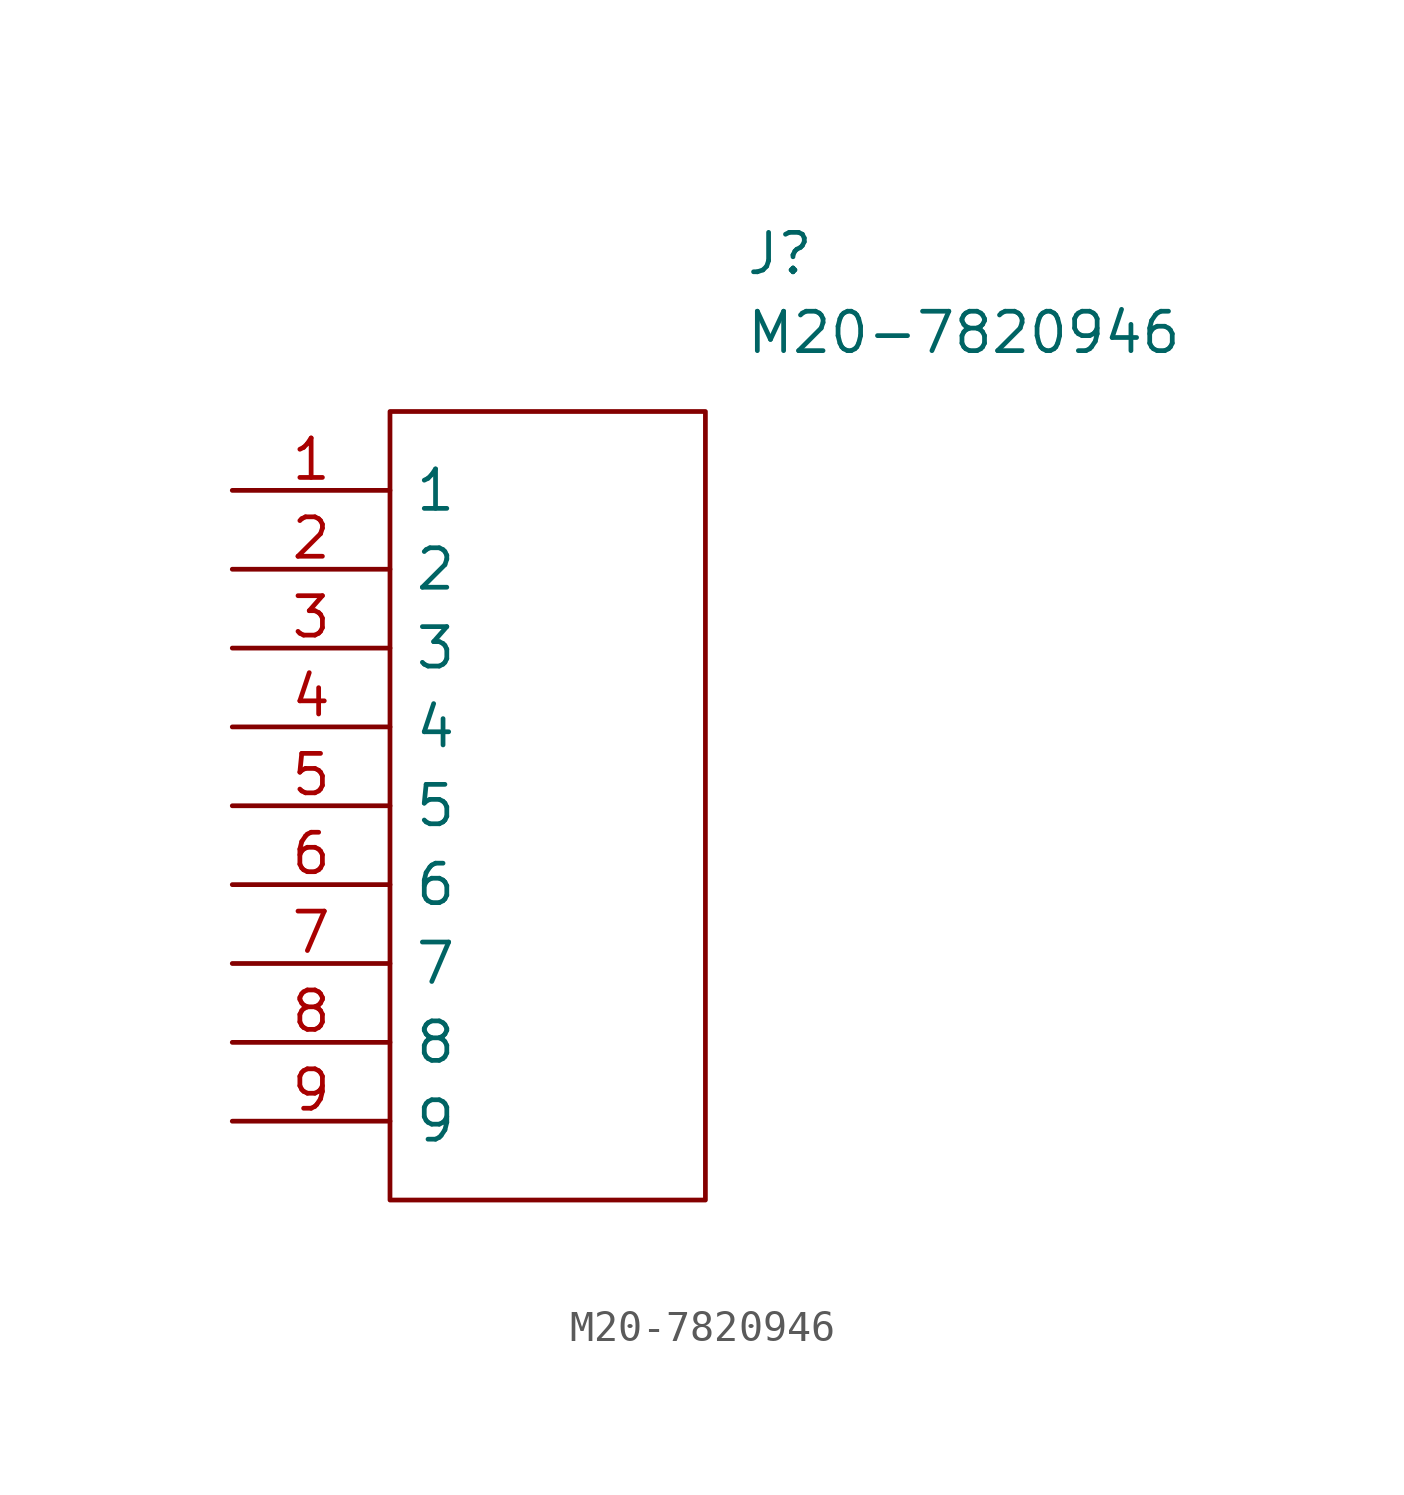
<source format=kicad_sym>
(kicad_symbol_lib
  (version 20211014)
  (generator kicad_symbol_editor)
  (symbol "M20-7820946"
    (pin_names
      (offset 0.762))
    (property "Reference" "J"
      (at 16.51 7.62 0)
      (effects (font (size 1.27 1.27)) (justify left)))
    (property "Value" "M20-7820946"
      (at 16.51 5.08 0)
      (effects (font (size 1.27 1.27)) (justify left)))
    (symbol "M20-7820946_0_0"
      (pin passive line (at 0 0 0) (length 5.08) (name "1" (effects (font (size 1.27 1.27)))) (number "1" (effects (font (size 1.27 1.27)))))
      (pin passive line (at 0 -2.54 0) (length 5.08) (name "2" (effects (font (size 1.27 1.27)))) (number "2" (effects (font (size 1.27 1.27)))))
      (pin passive line (at 0 -5.08 0) (length 5.08) (name "3" (effects (font (size 1.27 1.27)))) (number "3" (effects (font (size 1.27 1.27)))))
      (pin passive line (at 0 -7.62 0) (length 5.08) (name "4" (effects (font (size 1.27 1.27)))) (number "4" (effects (font (size 1.27 1.27)))))
      (pin passive line (at 0 -10.16 0) (length 5.08) (name "5" (effects (font (size 1.27 1.27)))) (number "5" (effects (font (size 1.27 1.27)))))
      (pin passive line (at 0 -12.7 0) (length 5.08) (name "6" (effects (font (size 1.27 1.27)))) (number "6" (effects (font (size 1.27 1.27)))))
      (pin passive line (at 0 -15.24 0) (length 5.08) (name "7" (effects (font (size 1.27 1.27)))) (number "7" (effects (font (size 1.27 1.27)))))
      (pin passive line (at 0 -17.78 0) (length 5.08) (name "8" (effects (font (size 1.27 1.27)))) (number "8" (effects (font (size 1.27 1.27)))))
      (pin passive line (at 0 -20.32 0) (length 5.08) (name "9" (effects (font (size 1.27 1.27)))) (number "9" (effects (font (size 1.27 1.27))))))
    (symbol "M20-7820946_0_1"
      (polyline (pts (xy 5.08 2.54) (xy 15.24 2.54) (xy 15.24 -22.86) (xy 5.08 -22.86) (xy 5.08 2.54)) (stroke (width 0.152) (type default) (color 0 0 0 0)) (fill (type none))))))
</source>
